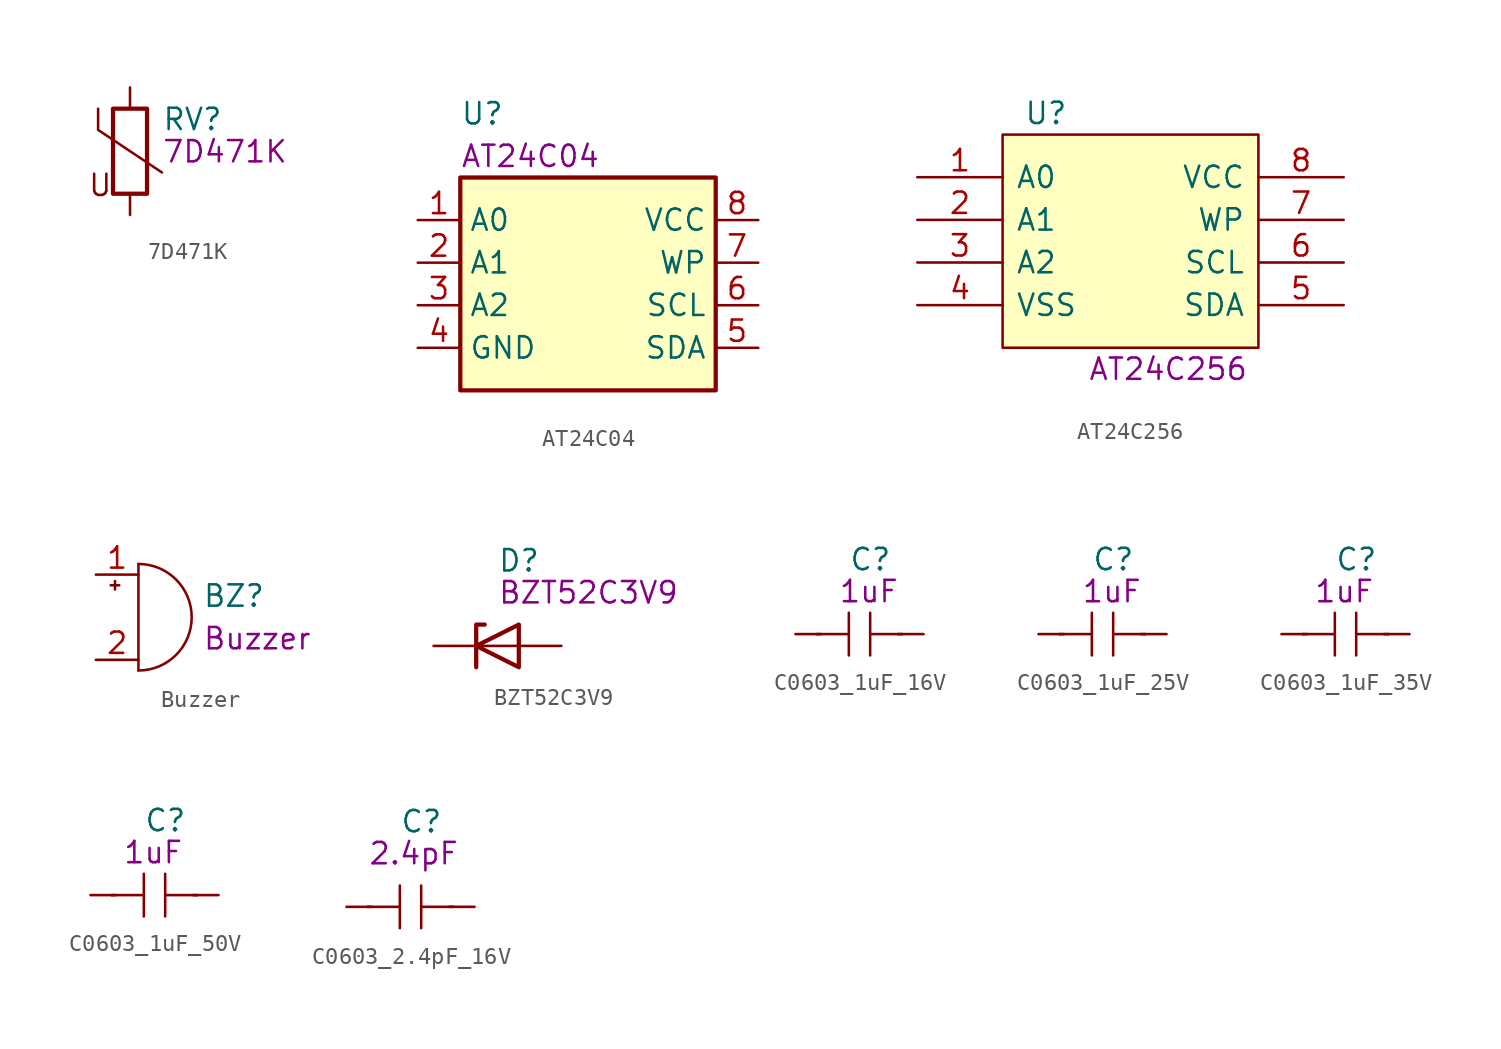
<source format=kicad_sym>
(kicad_symbol_lib
  (version 20211014)
  (generator kicad_symbol_editor)
  (symbol "7D471K"
    (pin_numbers hide)
    (pin_names
      (offset 1.016))
    (property "Reference" "RV"
      (at 1.905 1.905 0)
      (effects (font (size 1.27 1.27)) (justify left)))
    (property "Symbol" "7D471K"
      (at 1.88 -0.025 0)
      (effects (font (size 1.27 1.27)) (justify left)))
    (symbol "7D471K_0_0"
      (text "U" (at -1.778 -2.032 0) (effects (font (size 1.27 1.27)))))
    (symbol "7D471K_0_1"
      (rectangle (start -1.016 -2.54) (end 1.016 2.54) (stroke (width 0.254) (type default) (color 0 0 0 0)) (fill (type none)))
      (polyline (pts (xy -1.905 2.54) (xy -1.905 1.27) (xy 1.905 -1.27)) (stroke (width 0) (type default) (color 0 0 0 0)) (fill (type none))))
    (symbol "7D471K_1_1"
      (pin passive line (at 0 3.81 270) (length 1.27) (name "~" (effects (font (size 1.27 1.27)))) (number "1" (effects (font (size 1.27 1.27)))))
      (pin passive line (at 0 -3.81 90) (length 1.27) (name "~" (effects (font (size 1.27 1.27)))) (number "2" (effects (font (size 1.27 1.27)))))))
  (symbol "AT24C04"
    (property "Reference" "U"
      (at -7.62 8.89 0)
      (effects (font (size 1.27 1.27)) (justify left)))
    (property "Symbol" "AT24C04"
      (at -7.62 6.35 0)
      (effects (font (size 1.27 1.27)) (justify left)))
    (symbol "AT24C04_1_1"
      (rectangle (start -7.62 5.08) (end 7.62 -7.62) (stroke (width 0.254) (type default) (color 0 0 0 0)) (fill (type background)))
      (pin input line (at -10.16 2.54 0) (length 2.54) (name "A0" (effects (font (size 1.27 1.27)))) (number "1" (effects (font (size 1.27 1.27)))))
      (pin input line (at -10.16 0 0) (length 2.54) (name "A1" (effects (font (size 1.27 1.27)))) (number "2" (effects (font (size 1.27 1.27)))))
      (pin input line (at -10.16 -2.54 0) (length 2.54) (name "A2" (effects (font (size 1.27 1.27)))) (number "3" (effects (font (size 1.27 1.27)))))
      (pin power_in line (at -10.16 -5.08 0) (length 2.54) (name "GND" (effects (font (size 1.27 1.27)))) (number "4" (effects (font (size 1.27 1.27)))))
      (pin bidirectional line (at 10.16 -5.08 180) (length 2.54) (name "SDA" (effects (font (size 1.27 1.27)))) (number "5" (effects (font (size 1.27 1.27)))))
      (pin input line (at 10.16 -2.54 180) (length 2.54) (name "SCL" (effects (font (size 1.27 1.27)))) (number "6" (effects (font (size 1.27 1.27)))))
      (pin input line (at 10.16 0 180) (length 2.54) (name "WP" (effects (font (size 1.27 1.27)))) (number "7" (effects (font (size 1.27 1.27)))))
      (pin power_in line (at 10.16 2.54 180) (length 2.54) (name "VCC" (effects (font (size 1.27 1.27)))) (number "8" (effects (font (size 1.27 1.27)))))))
  (symbol "AT24C256"
    (pin_names
      (offset 0.762))
    (property "Reference" "U"
      (at -6.35 7.62 0)
      (effects (font (size 1.27 1.27)) (justify left)))
    (property "Symbol" "AT24C256"
      (at -2.54 -7.62 0)
      (effects (font (size 1.27 1.27)) (justify left)))
    (symbol "AT24C256_0_0"
      (pin passive line (at -12.7 3.81 0) (length 5.08) (name "A0" (effects (font (size 1.27 1.27)))) (number "1" (effects (font (size 1.27 1.27)))))
      (pin passive line (at -12.7 1.27 0) (length 5.08) (name "A1" (effects (font (size 1.27 1.27)))) (number "2" (effects (font (size 1.27 1.27)))))
      (pin passive line (at -12.7 -1.27 0) (length 5.08) (name "A2" (effects (font (size 1.27 1.27)))) (number "3" (effects (font (size 1.27 1.27)))))
      (pin passive line (at -12.7 -3.81 0) (length 5.08) (name "VSS" (effects (font (size 1.27 1.27)))) (number "4" (effects (font (size 1.27 1.27)))))
      (pin passive line (at 12.7 -3.81 180) (length 5.08) (name "SDA" (effects (font (size 1.27 1.27)))) (number "5" (effects (font (size 1.27 1.27)))))
      (pin passive line (at 12.7 -1.27 180) (length 5.08) (name "SCL" (effects (font (size 1.27 1.27)))) (number "6" (effects (font (size 1.27 1.27)))))
      (pin passive line (at 12.7 1.27 180) (length 5.08) (name "WP" (effects (font (size 1.27 1.27)))) (number "7" (effects (font (size 1.27 1.27)))))
      (pin passive line (at 12.7 3.81 180) (length 5.08) (name "VCC" (effects (font (size 1.27 1.27)))) (number "8" (effects (font (size 1.27 1.27))))))
    (symbol "AT24C256_0_1"
      (polyline (pts (xy -7.62 6.35) (xy 7.62 6.35) (xy 7.62 -6.35) (xy -7.62 -6.35) (xy -7.62 6.35)) (stroke (width 0.152) (type default) (color 0 0 0 0)) (fill (type background)))))
  (symbol "Buzzer"
    (pin_names
      (offset 0.025) hide)
    (property "Reference" "BZ"
      (at 3.81 1.27 0)
      (effects (font (size 1.27 1.27)) (justify left)))
    (property "Symbol" "Buzzer"
      (at 3.81 -1.27 0)
      (effects (font (size 1.27 1.27)) (justify left)))
    (symbol "Buzzer_0_1"
      (arc (start 0 -3.175) (mid 3.175 0) (end 0 3.175) (stroke (width 0) (type default) (color 0 0 0 0)) (fill (type none)))
      (polyline (pts (xy -1.651 1.905) (xy -1.143 1.905)) (stroke (width 0) (type default) (color 0 0 0 0)) (fill (type none)))
      (polyline (pts (xy -1.397 2.159) (xy -1.397 1.651)) (stroke (width 0) (type default) (color 0 0 0 0)) (fill (type none)))
      (polyline (pts (xy 0 3.175) (xy 0 -3.175)) (stroke (width 0) (type default) (color 0 0 0 0)) (fill (type none))))
    (symbol "Buzzer_1_1"
      (pin passive line (at -2.54 2.54 0) (length 2.54) (name "-" (effects (font (size 1.27 1.27)))) (number "1" (effects (font (size 1.27 1.27)))))
      (pin passive line (at -2.54 -2.54 0) (length 2.54) (name "+" (effects (font (size 1.27 1.27)))) (number "2" (effects (font (size 1.27 1.27)))))))
  (symbol "BZT52C3V9"
    (pin_numbers hide)
    (pin_names
      (offset 0.762) hide)
    (property "Reference" "D"
      (at 0 5.08 0)
      (effects (font (size 1.27 1.27)) (justify left)))
    (property "Symbol" "BZT52C3V9"
      (at 0 3.175 0)
      (effects (font (size 1.27 1.27)) (justify left)))
    (symbol "BZT52C3V9_0_1"
      (polyline (pts (xy 1.27 0) (xy -1.27 0)) (stroke (width 0) (type default) (color 0 0 0 0)) (fill (type none)))
      (polyline (pts (xy -1.27 -1.27) (xy -1.27 1.27) (xy -0.762 1.27)) (stroke (width 0.254) (type default) (color 0 0 0 0)) (fill (type none)))
      (polyline (pts (xy 1.27 -1.27) (xy 1.27 1.27) (xy -1.27 0) (xy 1.27 -1.27)) (stroke (width 0.254) (type default) (color 0 0 0 0)) (fill (type none))))
    (symbol "BZT52C3V9_1_1"
      (pin passive line (at -3.81 0 0) (length 2.54) (name "K" (effects (font (size 1.27 1.27)))) (number "1" (effects (font (size 1.27 1.27)))))
      (pin passive line (at 3.81 0 180) (length 2.54) (name "A" (effects (font (size 1.27 1.27)))) (number "2" (effects (font (size 1.27 1.27)))))))
  (symbol "C0603_1uF_16V"
    (pin_numbers hide)
    (pin_names
      (offset 1.016))
    (property "Reference" "C"
      (at -0.635 4.445 0)
      (effects (font (size 1.27 1.27)) (justify left)))
    (property "Symbol" "1uF"
      (at -1.27 2.54 0)
      (effects (font (size 1.27 1.27)) (justify left)))
    (symbol "C0603_1uF_16V_1_1"
      (polyline (pts (xy -2.54 0) (xy -0.635 0)) (stroke (width 0) (type default) (color 0 0 0 0)) (fill (type none)))
      (polyline (pts (xy -2.286 0) (xy -2.54 0)) (stroke (width 0) (type default) (color 0 0 0 0)) (fill (type none)))
      (polyline (pts (xy -0.635 1.27) (xy -0.635 -1.27)) (stroke (width 0) (type default) (color 0 0 0 0)) (fill (type none)))
      (polyline (pts (xy 0.635 0) (xy 2.54 0)) (stroke (width 0) (type default) (color 0 0 0 0)) (fill (type none)))
      (polyline (pts (xy 0.635 1.27) (xy 0.635 -1.27)) (stroke (width 0) (type default) (color 0 0 0 0)) (fill (type none)))
      (polyline (pts (xy 2.286 0) (xy 2.54 0)) (stroke (width 0) (type default) (color 0 0 0 0)) (fill (type none)))
      (pin passive line (at -3.81 0 0) (length 1.27) (name "~" (effects (font (size 1.27 1.27)))) (number "1" (effects (font (size 1.27 1.27)))))
      (pin passive line (at 3.81 0 180) (length 1.27) (name "~" (effects (font (size 1.27 1.27)))) (number "2" (effects (font (size 1.27 1.27)))))))
  (symbol "C0603_1uF_25V"
    (pin_numbers hide)
    (pin_names
      (offset 1.016))
    (property "Reference" "C"
      (at -0.635 4.445 0)
      (effects (font (size 1.27 1.27)) (justify left)))
    (property "Symbol" "1uF"
      (at -1.27 2.54 0)
      (effects (font (size 1.27 1.27)) (justify left)))
    (symbol "C0603_1uF_25V_1_1"
      (polyline (pts (xy -2.54 0) (xy -0.635 0)) (stroke (width 0) (type default) (color 0 0 0 0)) (fill (type none)))
      (polyline (pts (xy -2.286 0) (xy -2.54 0)) (stroke (width 0) (type default) (color 0 0 0 0)) (fill (type none)))
      (polyline (pts (xy -0.635 1.27) (xy -0.635 -1.27)) (stroke (width 0) (type default) (color 0 0 0 0)) (fill (type none)))
      (polyline (pts (xy 0.635 0) (xy 2.54 0)) (stroke (width 0) (type default) (color 0 0 0 0)) (fill (type none)))
      (polyline (pts (xy 0.635 1.27) (xy 0.635 -1.27)) (stroke (width 0) (type default) (color 0 0 0 0)) (fill (type none)))
      (polyline (pts (xy 2.286 0) (xy 2.54 0)) (stroke (width 0) (type default) (color 0 0 0 0)) (fill (type none)))
      (pin passive line (at -3.81 0 0) (length 1.27) (name "~" (effects (font (size 1.27 1.27)))) (number "1" (effects (font (size 1.27 1.27)))))
      (pin passive line (at 3.81 0 180) (length 1.27) (name "~" (effects (font (size 1.27 1.27)))) (number "2" (effects (font (size 1.27 1.27)))))))
  (symbol "C0603_1uF_35V"
    (pin_numbers hide)
    (pin_names
      (offset 1.016))
    (property "Reference" "C"
      (at -0.635 4.445 0)
      (effects (font (size 1.27 1.27)) (justify left)))
    (property "Symbol" "1uF"
      (at -1.905 2.54 0)
      (effects (font (size 1.27 1.27)) (justify left)))
    (symbol "C0603_1uF_35V_1_1"
      (polyline (pts (xy -2.54 0) (xy -0.635 0)) (stroke (width 0) (type default) (color 0 0 0 0)) (fill (type none)))
      (polyline (pts (xy -2.286 0) (xy -2.54 0)) (stroke (width 0) (type default) (color 0 0 0 0)) (fill (type none)))
      (polyline (pts (xy -0.635 1.27) (xy -0.635 -1.27)) (stroke (width 0) (type default) (color 0 0 0 0)) (fill (type none)))
      (polyline (pts (xy 0.635 0) (xy 2.54 0)) (stroke (width 0) (type default) (color 0 0 0 0)) (fill (type none)))
      (polyline (pts (xy 0.635 1.27) (xy 0.635 -1.27)) (stroke (width 0) (type default) (color 0 0 0 0)) (fill (type none)))
      (polyline (pts (xy 2.286 0) (xy 2.54 0)) (stroke (width 0) (type default) (color 0 0 0 0)) (fill (type none)))
      (pin passive line (at -3.81 0 0) (length 1.27) (name "~" (effects (font (size 1.27 1.27)))) (number "1" (effects (font (size 1.27 1.27)))))
      (pin passive line (at 3.81 0 180) (length 1.27) (name "~" (effects (font (size 1.27 1.27)))) (number "2" (effects (font (size 1.27 1.27)))))))
  (symbol "C0603_1uF_50V"
    (pin_numbers hide)
    (pin_names
      (offset 1.016))
    (property "Reference" "C"
      (at -0.635 4.445 0)
      (effects (font (size 1.27 1.27)) (justify left)))
    (property "Symbol" "1uF"
      (at -1.905 2.54 0)
      (effects (font (size 1.27 1.27)) (justify left)))
    (symbol "C0603_1uF_50V_1_1"
      (polyline (pts (xy -2.54 0) (xy -0.635 0)) (stroke (width 0) (type default) (color 0 0 0 0)) (fill (type none)))
      (polyline (pts (xy -2.286 0) (xy -2.54 0)) (stroke (width 0) (type default) (color 0 0 0 0)) (fill (type none)))
      (polyline (pts (xy -0.635 1.27) (xy -0.635 -1.27)) (stroke (width 0) (type default) (color 0 0 0 0)) (fill (type none)))
      (polyline (pts (xy 0.635 0) (xy 2.54 0)) (stroke (width 0) (type default) (color 0 0 0 0)) (fill (type none)))
      (polyline (pts (xy 0.635 1.27) (xy 0.635 -1.27)) (stroke (width 0) (type default) (color 0 0 0 0)) (fill (type none)))
      (polyline (pts (xy 2.286 0) (xy 2.54 0)) (stroke (width 0) (type default) (color 0 0 0 0)) (fill (type none)))
      (pin passive line (at -3.81 0 0) (length 1.27) (name "~" (effects (font (size 1.27 1.27)))) (number "1" (effects (font (size 1.27 1.27)))))
      (pin passive line (at 3.81 0 180) (length 1.27) (name "~" (effects (font (size 1.27 1.27)))) (number "2" (effects (font (size 1.27 1.27)))))))
  (symbol "C0603_2.4pF_16V"
    (pin_numbers hide)
    (pin_names
      (offset 1.016))
    (property "Reference" "C"
      (at -0.635 5.08 0)
      (effects (font (size 1.27 1.27)) (justify left)))
    (property "Symbol" "2.4pF"
      (at -2.54 3.175 0)
      (effects (font (size 1.27 1.27)) (justify left)))
    (symbol "C0603_2.4pF_16V_1_1"
      (polyline (pts (xy -2.54 0) (xy -0.635 0)) (stroke (width 0) (type default) (color 0 0 0 0)) (fill (type none)))
      (polyline (pts (xy -2.286 0) (xy -2.54 0)) (stroke (width 0) (type default) (color 0 0 0 0)) (fill (type none)))
      (polyline (pts (xy -0.635 1.27) (xy -0.635 -1.27)) (stroke (width 0) (type default) (color 0 0 0 0)) (fill (type none)))
      (polyline (pts (xy 0.635 0) (xy 2.54 0)) (stroke (width 0) (type default) (color 0 0 0 0)) (fill (type none)))
      (polyline (pts (xy 0.635 1.27) (xy 0.635 -1.27)) (stroke (width 0) (type default) (color 0 0 0 0)) (fill (type none)))
      (polyline (pts (xy 2.286 0) (xy 2.54 0)) (stroke (width 0) (type default) (color 0 0 0 0)) (fill (type none)))
      (pin passive line (at -3.81 0 0) (length 1.27) (name "~" (effects (font (size 1.27 1.27)))) (number "1" (effects (font (size 1.27 1.27)))))
      (pin passive line (at 3.81 0 180) (length 1.27) (name "~" (effects (font (size 1.27 1.27)))) (number "2" (effects (font (size 1.27 1.27))))))))
</source>
